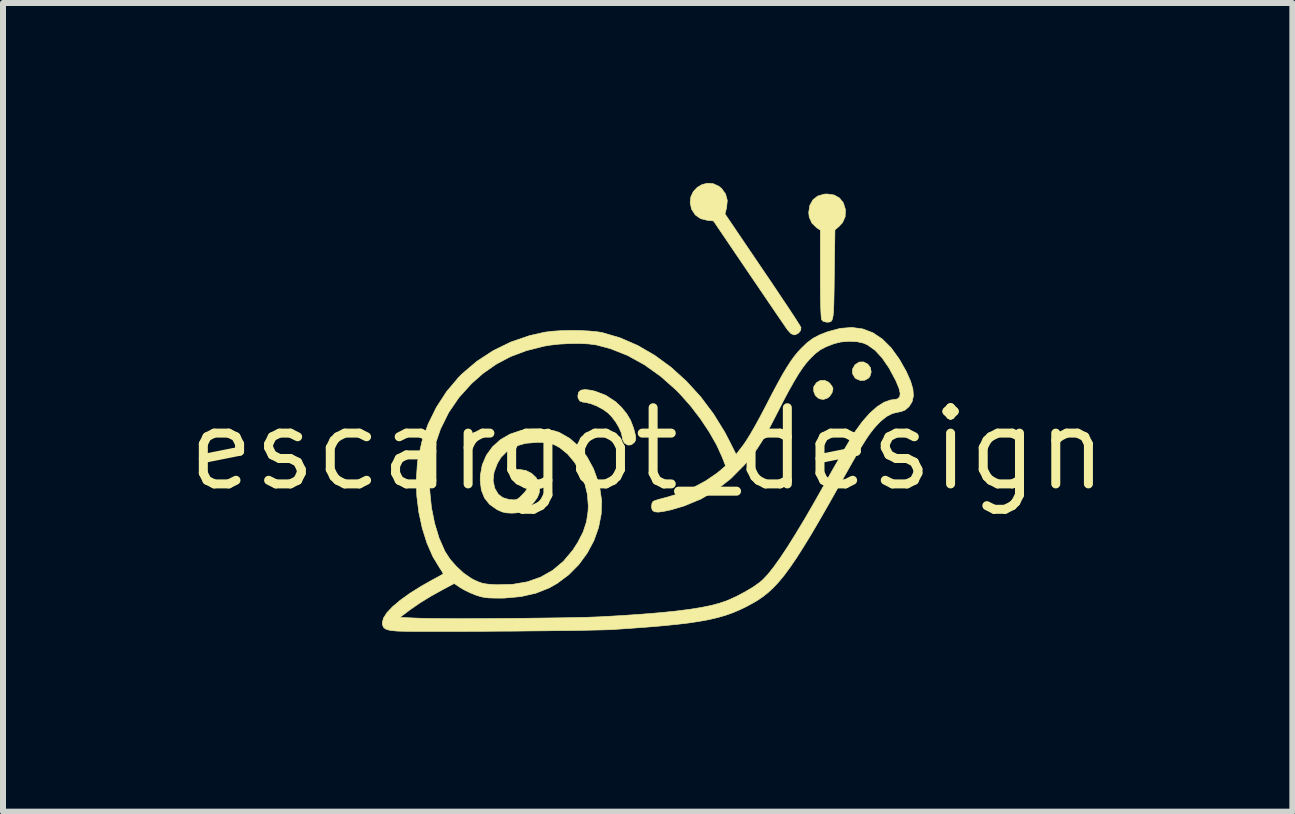
<source format=kicad_pcb>
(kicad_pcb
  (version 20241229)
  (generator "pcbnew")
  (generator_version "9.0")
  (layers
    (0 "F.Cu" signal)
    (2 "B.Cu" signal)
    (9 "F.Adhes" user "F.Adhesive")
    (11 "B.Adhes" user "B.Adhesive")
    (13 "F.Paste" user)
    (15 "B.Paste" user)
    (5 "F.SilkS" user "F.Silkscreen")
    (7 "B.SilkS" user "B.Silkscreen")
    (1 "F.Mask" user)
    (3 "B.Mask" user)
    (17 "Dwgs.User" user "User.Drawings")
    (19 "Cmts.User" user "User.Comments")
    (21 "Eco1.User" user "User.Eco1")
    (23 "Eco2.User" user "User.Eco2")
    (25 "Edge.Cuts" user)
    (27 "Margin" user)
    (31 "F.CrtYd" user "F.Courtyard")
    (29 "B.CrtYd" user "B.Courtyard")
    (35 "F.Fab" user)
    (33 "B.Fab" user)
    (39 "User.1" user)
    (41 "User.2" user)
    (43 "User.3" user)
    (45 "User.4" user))
  (footprint "escargot_design"
    (layer "F.Cu")
    (at 7.748 4.438)
    (property "Reference" "escargot_design" (at 0 0 0) (layer "F.SilkS") (effects (font (size 1.27 1.27) (thickness 0.15))))
    (attr through_hole)
    (fp_poly (pts (xy 3.67 -1.417) (xy 3.714 -1.358) (xy 3.726 -1.285) (xy 3.706 -1.215) (xy 3.683 -1.185) (xy 3.62 -1.149) (xy 3.546 -1.145) (xy 3.476 -1.173) (xy 3.454 -1.192) (xy 3.414 -1.261) (xy 3.415 -1.334) (xy 3.455 -1.403) (xy 3.46 -1.409) (xy 3.527 -1.452) (xy 3.599 -1.454) (xy 3.67 -1.417)) (stroke (width 0.01) (type solid)) (fill yes) (layer "F.SilkS"))
    (fp_poly (pts (xy 3.018 -1.114) (xy 3.041 -1.092) (xy 3.074 -1.046) (xy 3.09 -1.008) (xy 3.09 -1.005) (xy 3.073 -0.938) (xy 3.031 -0.877) (xy 2.992 -0.849) (xy 2.931 -0.829) (xy 2.878 -0.836) (xy 2.843 -0.851) (xy 2.796 -0.894) (xy 2.769 -0.959) (xy 2.767 -1.027) (xy 2.771 -1.044) (xy 2.816 -1.11) (xy 2.879 -1.145) (xy 2.951 -1.147) (xy 3.018 -1.114)) (stroke (width 0.01) (type solid)) (fill yes) (layer "F.SilkS"))
    (fp_poly (pts (xy -0.942 -0.981) (xy -0.875 -0.965) (xy -0.696 -0.896) (xy -0.535 -0.79) (xy -0.442 -0.702) (xy -0.349 -0.589) (xy -0.284 -0.478) (xy -0.236 -0.352) (xy -0.22 -0.295) (xy -0.203 -0.222) (xy -0.198 -0.176) (xy -0.205 -0.143) (xy -0.221 -0.115) (xy -0.27 -0.073) (xy -0.329 -0.067) (xy -0.385 -0.098) (xy -0.388 -0.102) (xy -0.416 -0.154) (xy -0.423 -0.192) (xy -0.438 -0.267) (xy -0.477 -0.358) (xy -0.534 -0.455) (xy -0.603 -0.544) (xy -0.655 -0.598) (xy -0.742 -0.662) (xy -0.846 -0.718) (xy -0.954 -0.76) (xy -1.051 -0.782) (xy -1.077 -0.783) (xy -1.13 -0.802) (xy -1.16 -0.851) (xy -1.164 -0.889) (xy -1.152 -0.949) (xy -1.112 -0.983) (xy -1.043 -0.994) (xy -0.942 -0.981)) (stroke (width 0.01) (type solid)) (fill yes) (layer "F.SilkS"))
    (fp_poly (pts (xy 3.108 -4.237) (xy 3.199 -4.186) (xy 3.263 -4.105) (xy 3.296 -3.996) (xy 3.297 -3.988) (xy 3.292 -3.873) (xy 3.248 -3.776) (xy 3.188 -3.711) (xy 3.122 -3.656) (xy 3.111 -2.907) (xy 3.109 -2.703) (xy 3.106 -2.538) (xy 3.103 -2.407) (xy 3.098 -2.307) (xy 3.092 -2.233) (xy 3.083 -2.181) (xy 3.071 -2.148) (xy 3.055 -2.128) (xy 3.034 -2.12) (xy 3.009 -2.117) (xy 2.98 -2.117) (xy 2.924 -2.132) (xy 2.901 -2.158) (xy 2.894 -2.191) (xy 2.889 -2.265) (xy 2.884 -2.377) (xy 2.881 -2.525) (xy 2.879 -2.707) (xy 2.879 -2.921) (xy 2.879 -2.925) (xy 2.879 -3.651) (xy 2.817 -3.692) (xy 2.738 -3.769) (xy 2.693 -3.869) (xy 2.685 -3.946) (xy 2.703 -4.063) (xy 2.754 -4.155) (xy 2.834 -4.219) (xy 2.941 -4.251) (xy 2.992 -4.254) (xy 3.108 -4.237)) (stroke (width 0.01) (type solid)) (fill yes) (layer "F.SilkS"))
    (fp_poly (pts (xy 1.091 -4.426) (xy 1.184 -4.384) (xy 1.231 -4.347) (xy 1.298 -4.255) (xy 1.327 -4.148) (xy 1.316 -4.028) (xy 1.315 -4.023) (xy 1.289 -3.921) (xy 1.917 -2.994) (xy 2.038 -2.816) (xy 2.151 -2.648) (xy 2.254 -2.493) (xy 2.347 -2.355) (xy 2.425 -2.236) (xy 2.487 -2.141) (xy 2.53 -2.072) (xy 2.553 -2.034) (xy 2.556 -2.028) (xy 2.55 -1.979) (xy 2.515 -1.935) (xy 2.464 -1.908) (xy 2.442 -1.905) (xy 2.389 -1.926) (xy 2.334 -1.986) (xy 2.31 -2.019) (xy 2.266 -2.084) (xy 2.203 -2.176) (xy 2.124 -2.292) (xy 2.031 -2.428) (xy 1.928 -2.58) (xy 1.816 -2.745) (xy 1.698 -2.918) (xy 1.686 -2.936) (xy 1.097 -3.805) (xy 0.996 -3.815) (xy 0.882 -3.843) (xy 0.794 -3.905) (xy 0.734 -3.998) (xy 0.731 -4.004) (xy 0.708 -4.11) (xy 0.72 -4.208) (xy 0.761 -4.294) (xy 0.825 -4.362) (xy 0.905 -4.41) (xy 0.996 -4.433) (xy 1.091 -4.426)) (stroke (width 0.01) (type solid)) (fill yes) (layer "F.SilkS"))
    (fp_poly (pts (xy 3.586 -2.004) (xy 3.755 -1.94) (xy 3.912 -1.835) (xy 4.058 -1.69) (xy 4.192 -1.504) (xy 4.209 -1.476) (xy 4.312 -1.293) (xy 4.382 -1.136) (xy 4.422 -1.001) (xy 4.43 -0.886) (xy 4.408 -0.79) (xy 4.357 -0.709) (xy 4.355 -0.707) (xy 4.293 -0.653) (xy 4.226 -0.626) (xy 4.191 -0.62) (xy 4.081 -0.595) (xy 3.983 -0.545) (xy 3.884 -0.465) (xy 3.84 -0.42) (xy 3.796 -0.372) (xy 3.754 -0.322) (xy 3.711 -0.266) (xy 3.665 -0.201) (xy 3.615 -0.123) (xy 3.556 -0.028) (xy 3.487 0.088) (xy 3.406 0.229) (xy 3.31 0.399) (xy 3.196 0.601) (xy 3.171 0.646) (xy 3.001 0.947) (xy 2.848 1.213) (xy 2.711 1.446) (xy 2.586 1.649) (xy 2.473 1.826) (xy 2.369 1.977) (xy 2.273 2.107) (xy 2.181 2.218) (xy 2.093 2.312) (xy 2.006 2.392) (xy 1.919 2.461) (xy 1.829 2.522) (xy 1.755 2.565) (xy 1.641 2.627) (xy 1.528 2.681) (xy 1.414 2.729) (xy 1.295 2.771) (xy 1.166 2.808) (xy 1.026 2.841) (xy 0.868 2.87) (xy 0.691 2.897) (xy 0.489 2.921) (xy 0.26 2.944) (xy -0.001 2.966) (xy -0.297 2.988) (xy -0.593 3.008) (xy -0.664 3.011) (xy -0.774 3.014) (xy -0.916 3.017) (xy -1.089 3.021) (xy -1.285 3.024) (xy -1.502 3.026) (xy -1.735 3.029) (xy -1.979 3.031) (xy -2.231 3.034) (xy -2.485 3.035) (xy -2.737 3.037) (xy -2.983 3.038) (xy -3.219 3.039) (xy -3.439 3.039) (xy -3.64 3.039) (xy -3.817 3.039) (xy -3.966 3.038) (xy -4.083 3.036) (xy -4.162 3.034) (xy -4.169 3.034) (xy -4.28 3.024) (xy -4.355 3.006) (xy -4.4 2.976) (xy -4.421 2.931) (xy -4.424 2.892) (xy -4.404 2.815) (xy -4.397 2.805) (xy -4.131 2.805) (xy -3.838 2.818) (xy -3.739 2.821) (xy -3.603 2.823) (xy -3.435 2.825) (xy -3.241 2.826) (xy -3.026 2.826) (xy -2.794 2.825) (xy -2.552 2.824) (xy -2.305 2.822) (xy -2.058 2.82) (xy -1.816 2.817) (xy -1.584 2.814) (xy -1.368 2.811) (xy -1.173 2.807) (xy -1.005 2.803) (xy -0.868 2.798) (xy -0.794 2.795) (xy -0.422 2.774) (xy -0.09 2.751) (xy 0.204 2.727) (xy 0.463 2.701) (xy 0.689 2.672) (xy 0.886 2.641) (xy 1.054 2.607) (xy 1.197 2.569) (xy 1.317 2.528) (xy 1.34 2.519) (xy 1.485 2.453) (xy 1.628 2.377) (xy 1.759 2.299) (xy 1.866 2.223) (xy 1.923 2.174) (xy 2.007 2.084) (xy 2.102 1.964) (xy 2.21 1.813) (xy 2.331 1.631) (xy 2.466 1.415) (xy 2.617 1.165) (xy 2.783 0.878) (xy 2.962 0.561) (xy 3.053 0.398) (xy 3.144 0.238) (xy 3.232 0.086) (xy 3.311 -0.05) (xy 3.38 -0.166) (xy 3.434 -0.255) (xy 3.461 -0.296) (xy 3.58 -0.46) (xy 3.701 -0.597) (xy 3.822 -0.705) (xy 3.938 -0.78) (xy 4.046 -0.819) (xy 4.097 -0.825) (xy 4.163 -0.836) (xy 4.201 -0.87) (xy 4.21 -0.929) (xy 4.19 -1.015) (xy 4.142 -1.131) (xy 4.137 -1.143) (xy 4.024 -1.353) (xy 3.908 -1.522) (xy 3.788 -1.651) (xy 3.665 -1.738) (xy 3.599 -1.767) (xy 3.488 -1.792) (xy 3.356 -1.798) (xy 3.222 -1.787) (xy 3.109 -1.759) (xy 2.978 -1.709) (xy 2.876 -1.655) (xy 2.787 -1.587) (xy 2.703 -1.503) (xy 2.641 -1.432) (xy 2.579 -1.35) (xy 2.514 -1.252) (xy 2.443 -1.134) (xy 2.362 -0.991) (xy 2.27 -0.819) (xy 2.164 -0.612) (xy 2.156 -0.597) (xy 2.062 -0.413) (xy 1.98 -0.261) (xy 1.906 -0.134) (xy 1.836 -0.024) (xy 1.766 0.075) (xy 1.69 0.171) (xy 1.61 0.265) (xy 1.386 0.491) (xy 1.147 0.679) (xy 0.89 0.83) (xy 0.611 0.946) (xy 0.392 1.011) (xy 0.266 1.038) (xy 0.176 1.05) (xy 0.115 1.044) (xy 0.079 1.02) (xy 0.065 0.977) (xy 0.064 0.956) (xy 0.072 0.903) (xy 0.09 0.872) (xy 0.121 0.858) (xy 0.183 0.838) (xy 0.265 0.816) (xy 0.307 0.806) (xy 0.528 0.739) (xy 0.751 0.646) (xy 0.963 0.532) (xy 1.151 0.404) (xy 1.216 0.351) (xy 1.299 0.279) (xy 1.242 0.132) (xy 1.149 -0.071) (xy 1.026 -0.287) (xy 0.88 -0.506) (xy 0.718 -0.718) (xy 0.545 -0.913) (xy 0.477 -0.983) (xy 0.217 -1.214) (xy -0.054 -1.407) (xy -0.333 -1.561) (xy -0.62 -1.675) (xy -0.857 -1.738) (xy -0.981 -1.754) (xy -1.134 -1.762) (xy -1.302 -1.76) (xy -1.473 -1.751) (xy -1.633 -1.733) (xy -1.73 -1.716) (xy -2.022 -1.642) (xy -2.284 -1.544) (xy -2.523 -1.418) (xy -2.746 -1.262) (xy -2.937 -1.093) (xy -3.146 -0.862) (xy -3.319 -0.609) (xy -3.455 -0.333) (xy -3.557 -0.034) (xy -3.608 0.199) (xy -3.634 0.444) (xy -3.632 0.706) (xy -3.605 0.974) (xy -3.552 1.237) (xy -3.477 1.484) (xy -3.38 1.704) (xy -3.298 1.831) (xy -3.189 1.956) (xy -3.066 2.069) (xy -2.939 2.157) (xy -2.887 2.184) (xy -2.815 2.216) (xy -2.751 2.237) (xy -2.682 2.249) (xy -2.594 2.257) (xy -2.518 2.261) (xy -2.251 2.254) (xy -2.006 2.212) (xy -1.784 2.134) (xy -1.583 2.02) (xy -1.405 1.87) (xy -1.248 1.684) (xy -1.164 1.553) (xy -1.075 1.379) (xy -1.02 1.211) (xy -0.994 1.036) (xy -0.99 0.942) (xy -1.006 0.749) (xy -1.052 0.559) (xy -1.124 0.381) (xy -1.219 0.22) (xy -1.333 0.083) (xy -1.463 -0.023) (xy -1.535 -0.063) (xy -1.594 -0.088) (xy -1.654 -0.104) (xy -1.726 -0.111) (xy -1.826 -0.113) (xy -1.841 -0.113) (xy -2.035 -0.097) (xy -2.201 -0.05) (xy -2.338 0.029) (xy -2.446 0.138) (xy -2.507 0.24) (xy -2.562 0.387) (xy -2.577 0.523) (xy -2.551 0.646) (xy -2.545 0.661) (xy -2.49 0.752) (xy -2.417 0.808) (xy -2.318 0.838) (xy -2.285 0.842) (xy -2.223 0.846) (xy -2.18 0.837) (xy -2.14 0.81) (xy -2.096 0.767) (xy -2.049 0.717) (xy -2.018 0.676) (xy -2.011 0.659) (xy -2.029 0.617) (xy -2.074 0.579) (xy -2.13 0.554) (xy -2.157 0.55) (xy -2.227 0.534) (xy -2.272 0.49) (xy -2.286 0.437) (xy -2.273 0.382) (xy -2.232 0.351) (xy -2.156 0.339) (xy -2.139 0.339) (xy -2.031 0.356) (xy -1.935 0.404) (xy -1.86 0.475) (xy -1.812 0.563) (xy -1.799 0.639) (xy -1.808 0.727) (xy -1.838 0.805) (xy -1.897 0.886) (xy -1.918 0.91) (xy -2.002 0.991) (xy -2.085 1.04) (xy -2.181 1.062) (xy -2.265 1.067) (xy -2.357 1.062) (xy -2.43 1.045) (xy -2.507 1.01) (xy -2.517 1.004) (xy -2.636 0.92) (xy -2.721 0.813) (xy -2.773 0.682) (xy -2.792 0.525) (xy -2.79 0.439) (xy -2.758 0.263) (xy -2.689 0.102) (xy -2.587 -0.039) (xy -2.454 -0.158) (xy -2.296 -0.25) (xy -2.114 -0.311) (xy -2.079 -0.318) (xy -1.954 -0.334) (xy -1.815 -0.336) (xy -1.678 -0.326) (xy -1.556 -0.305) (xy -1.473 -0.278) (xy -1.3 -0.179) (xy -1.146 -0.044) (xy -1.014 0.124) (xy -0.906 0.322) (xy -0.823 0.547) (xy -0.801 0.632) (xy -0.768 0.856) (xy -0.775 1.083) (xy -0.819 1.308) (xy -0.897 1.526) (xy -1.008 1.733) (xy -1.148 1.924) (xy -1.316 2.094) (xy -1.509 2.238) (xy -1.639 2.312) (xy -1.862 2.401) (xy -2.112 2.458) (xy -2.388 2.483) (xy -2.445 2.484) (xy -2.564 2.483) (xy -2.653 2.48) (xy -2.723 2.472) (xy -2.785 2.459) (xy -2.851 2.438) (xy -2.871 2.431) (xy -2.964 2.393) (xy -3.056 2.348) (xy -3.124 2.308) (xy -3.225 2.24) (xy -3.396 2.33) (xy -3.608 2.448) (xy -3.79 2.559) (xy -3.951 2.67) (xy -3.986 2.696) (xy -4.131 2.805) (xy -4.397 2.805) (xy -4.347 2.726) (xy -4.253 2.627) (xy -4.126 2.52) (xy -3.968 2.406) (xy -3.78 2.288) (xy -3.588 2.179) (xy -3.512 2.139) (xy -3.452 2.105) (xy -3.416 2.085) (xy -3.41 2.081) (xy -3.416 2.062) (xy -3.441 2.019) (xy -3.465 1.984) (xy -3.582 1.791) (xy -3.68 1.566) (xy -3.758 1.318) (xy -3.815 1.054) (xy -3.849 0.782) (xy -3.857 0.51) (xy -3.84 0.244) (xy -3.831 0.177) (xy -3.765 -0.122) (xy -3.661 -0.416) (xy -3.522 -0.698) (xy -3.351 -0.961) (xy -3.151 -1.197) (xy -3.098 -1.251) (xy -2.851 -1.462) (xy -2.579 -1.64) (xy -2.285 -1.784) (xy -1.971 -1.892) (xy -1.714 -1.95) (xy -1.594 -1.965) (xy -1.447 -1.975) (xy -1.286 -1.979) (xy -1.123 -1.977) (xy -0.97 -1.969) (xy -0.837 -1.956) (xy -0.757 -1.943) (xy -0.458 -1.855) (xy -0.166 -1.728) (xy 0.118 -1.563) (xy 0.389 -1.365) (xy 0.644 -1.134) (xy 0.881 -0.875) (xy 1.096 -0.589) (xy 1.287 -0.28) (xy 1.359 -0.141) (xy 1.474 0.088) (xy 1.596 -0.07) (xy 1.647 -0.145) (xy 1.713 -0.252) (xy 1.791 -0.387) (xy 1.877 -0.544) (xy 1.968 -0.717) (xy 1.977 -0.735) (xy 2.082 -0.938) (xy 2.173 -1.108) (xy 2.251 -1.249) (xy 2.321 -1.365) (xy 2.384 -1.463) (xy 2.444 -1.546) (xy 2.504 -1.619) (xy 2.558 -1.678) (xy 2.659 -1.775) (xy 2.758 -1.848) (xy 2.871 -1.907) (xy 3 -1.957) (xy 3.208 -2.013) (xy 3.404 -2.029) (xy 3.586 -2.004)) (stroke (width 0.01) (type solid)) (fill yes) (layer "F.SilkS")))
  (gr_rect
    (start -3 -3)
    (end 18.496 10.482)
    (stroke (width 0.1) (type default))
    (fill no)
    (layer "Edge.Cuts")))
</source>
